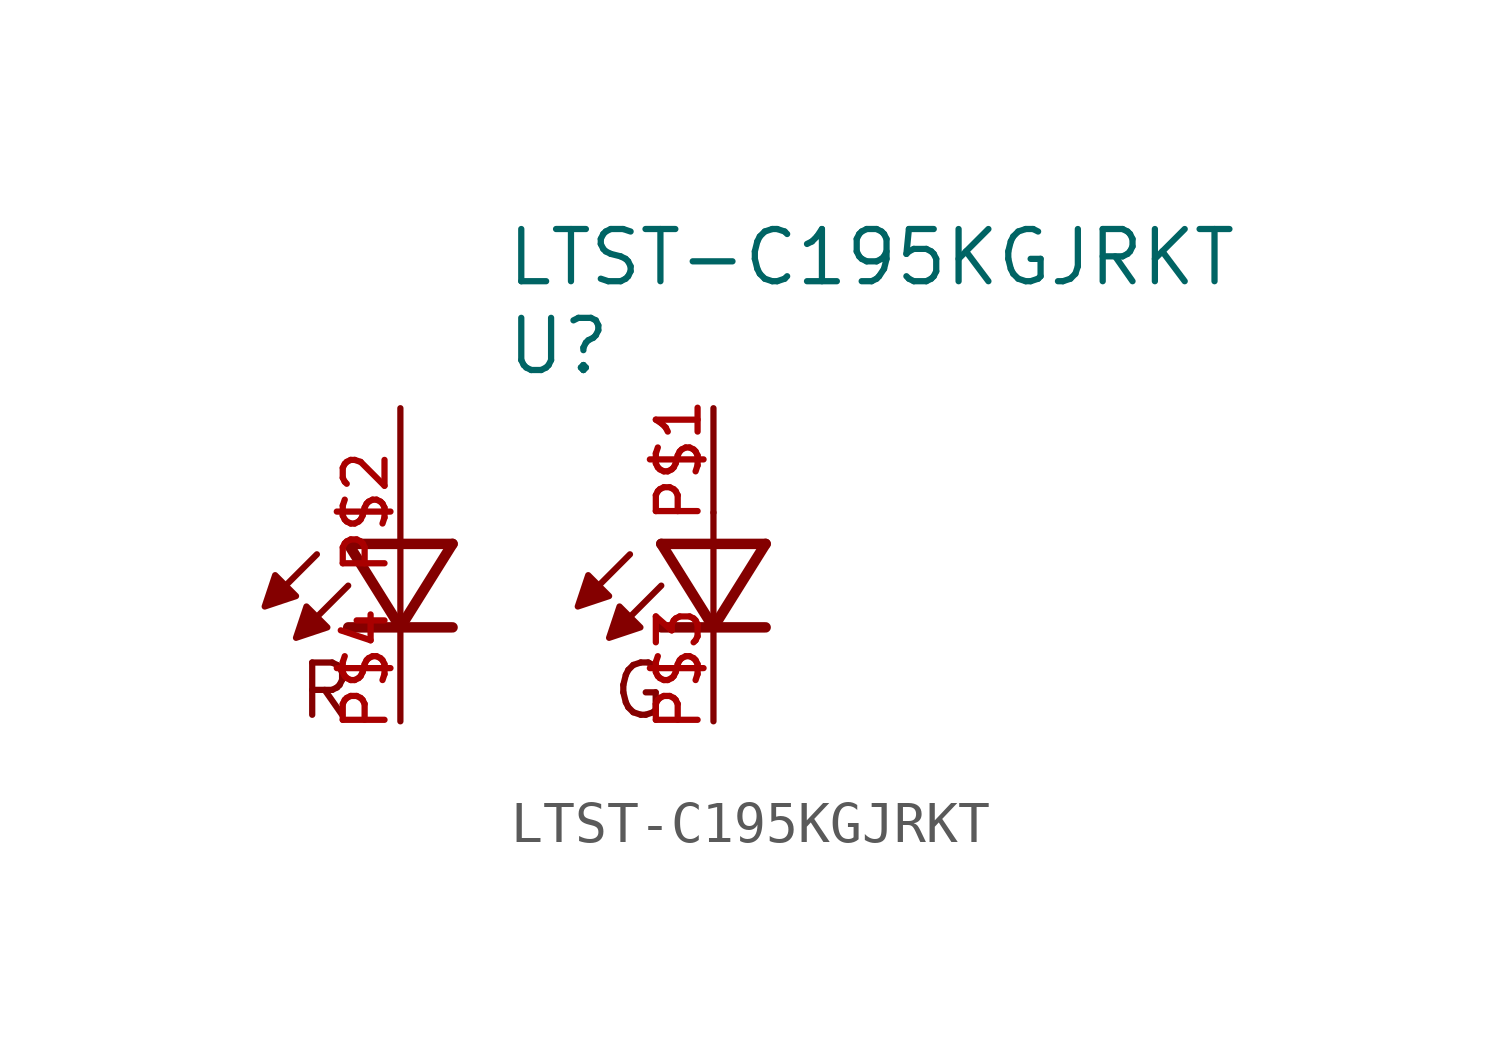
<source format=kicad_sym>
(kicad_symbol_lib
  (version 20211014)
  (generator kicad_symbol_editor)
  (symbol "LTST-C195KGJRKT"
    (pin_names
      (offset 1.016))
    (property "Reference" "U"
      (at 0.0 5.846 0)
      (effects (font (size 1.27 1.27)) (justify bottom left)))
    (property "Value" "LTST-C195KGJRKT"
      (at 0.0 8.008 0)
      (effects (font (size 1.27 1.27)) (justify bottom left)))
    (symbol "LTST-C195KGJRKT_0_0"
      (polyline (pts (xy 6.35 1.778) (xy 5.08 -0.254)) (stroke (width 0.254)))
      (polyline (pts (xy 5.08 -0.254) (xy 3.81 1.778)) (stroke (width 0.254)))
      (polyline (pts (xy 6.35 -0.254) (xy 5.08 -0.254)) (stroke (width 0.254)))
      (polyline (pts (xy 5.08 -0.254) (xy 3.81 -0.254)) (stroke (width 0.254)))
      (polyline (pts (xy 6.35 1.778) (xy 3.81 1.778)) (stroke (width 0.254)))
      (polyline (pts (xy 3.048 1.524) (xy 2.159 0.635)) (stroke (width 0.152)))
      (polyline (pts (xy 3.81 0.762) (xy 2.921 -0.127)) (stroke (width 0.152)))
      (polyline (pts (xy -1.27 1.778) (xy -2.54 -0.254)) (stroke (width 0.254)))
      (polyline (pts (xy -2.54 -0.254) (xy -3.81 1.778)) (stroke (width 0.254)))
      (polyline (pts (xy -1.27 -0.254) (xy -2.54 -0.254)) (stroke (width 0.254)))
      (polyline (pts (xy -2.54 -0.254) (xy -3.81 -0.254)) (stroke (width 0.254)))
      (polyline (pts (xy -1.27 1.778) (xy -3.81 1.778)) (stroke (width 0.254)))
      (polyline (pts (xy -4.572 1.524) (xy -5.461 0.635)) (stroke (width 0.152)))
      (polyline (pts (xy -3.81 0.762) (xy -4.699 -0.127)) (stroke (width 0.152)))
      (polyline (pts (xy 5.08 2.54) (xy 5.08 0.0)) (stroke (width 0.152)))
      (text "R" (at -5.089 -2.545 0) (effects (font (size 1.272 1.272)) (justify bottom left)))
      (text "G" (at 2.544 -2.544 0) (effects (font (size 1.272 1.272)) (justify bottom left)))
      (polyline (pts (xy 2.032 1.016) (xy 1.778 0.254) (xy 2.54 0.508) (xy 2.032 1.016)) (stroke (width 0.152)) (fill (type outline)))
      (polyline (pts (xy 2.794 0.254) (xy 2.54 -0.508) (xy 3.302 -0.254) (xy 2.794 0.254)) (stroke (width 0.152)) (fill (type outline)))
      (polyline (pts (xy -5.588 1.016) (xy -5.842 0.254) (xy -5.08 0.508) (xy -5.588 1.016)) (stroke (width 0.152)) (fill (type outline)))
      (polyline (pts (xy -4.826 0.254) (xy -5.08 -0.508) (xy -4.318 -0.254) (xy -4.826 0.254)) (stroke (width 0.152)) (fill (type outline)))
      (pin passive line (at 5.08 5.08 270.0) (length 2.54) (name "~" (effects (font (size 1.016 1.016)))) (number "P$1" (effects (font (size 1.016 1.016)))))
      (pin passive line (at -2.54 5.08 270.0) (length 5.08) (name "~" (effects (font (size 1.016 1.016)))) (number "P$2" (effects (font (size 1.016 1.016)))))
      (pin passive line (at 5.08 -2.54 90.0) (length 2.54) (name "~" (effects (font (size 1.016 1.016)))) (number "P$3" (effects (font (size 1.016 1.016)))))
      (pin passive line (at -2.54 -2.54 90.0) (length 2.54) (name "~" (effects (font (size 1.016 1.016)))) (number "P$4" (effects (font (size 1.016 1.016))))))))
</source>
